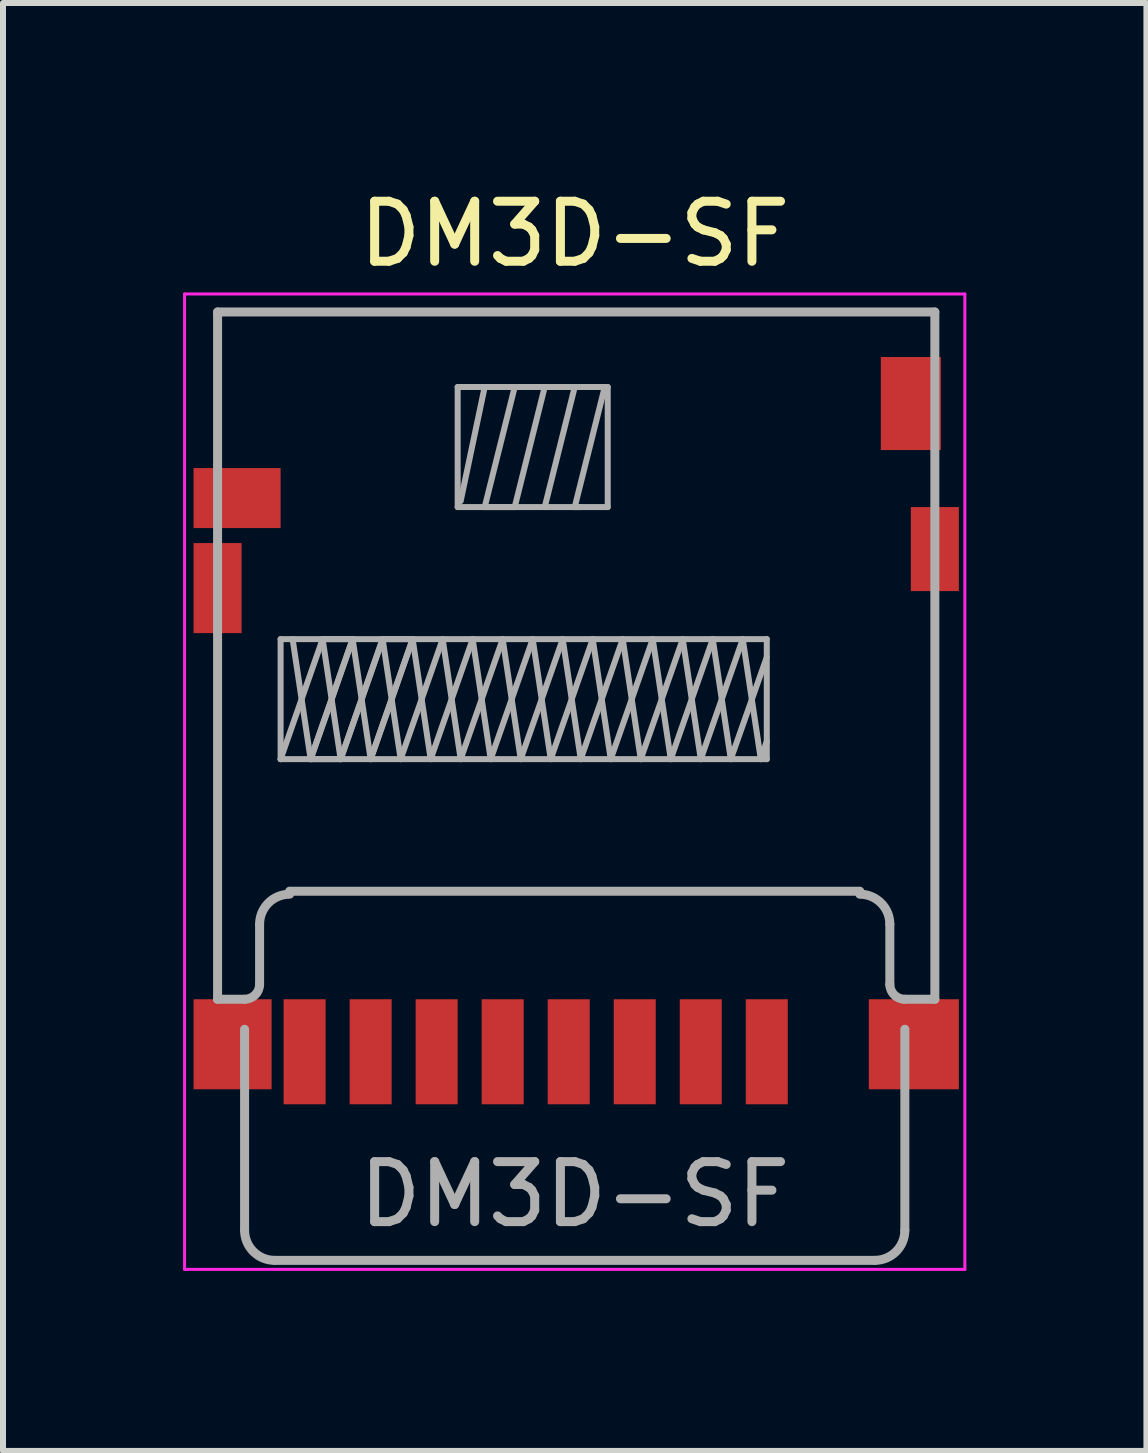
<source format=kicad_pcb>
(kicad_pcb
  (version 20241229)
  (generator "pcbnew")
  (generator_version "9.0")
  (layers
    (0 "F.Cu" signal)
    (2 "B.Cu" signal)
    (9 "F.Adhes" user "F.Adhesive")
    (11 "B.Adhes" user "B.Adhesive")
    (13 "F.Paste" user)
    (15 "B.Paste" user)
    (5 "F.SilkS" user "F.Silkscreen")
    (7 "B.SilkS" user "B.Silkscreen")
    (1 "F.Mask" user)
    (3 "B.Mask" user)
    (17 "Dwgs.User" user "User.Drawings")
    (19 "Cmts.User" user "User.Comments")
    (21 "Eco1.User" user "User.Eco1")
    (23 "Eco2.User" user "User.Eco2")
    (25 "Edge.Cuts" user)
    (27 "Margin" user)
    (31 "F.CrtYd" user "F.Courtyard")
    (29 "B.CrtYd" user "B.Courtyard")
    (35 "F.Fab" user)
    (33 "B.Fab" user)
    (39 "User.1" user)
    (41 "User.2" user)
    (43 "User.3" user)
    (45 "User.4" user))
  (footprint "DM3D-SF"
    (layer "F.Cu")
    (at 6.525 13.598)
    (property "Reference" "DM3D-SF" (at 0 -12.75 0) (layer "F.SilkS") (effects (font (size 1 1) (thickness 0.15))))
    (attr smd)
    (fp_line (start -6.5 -11.75) (end 6.5 -11.75) (stroke (width 0.05) (type solid)) (layer "F.CrtYd"))
    (fp_line (start -6.5 4.5) (end -6.5 -11.75) (stroke (width 0.05) (type solid)) (layer "F.CrtYd"))
    (fp_line (start 6.5 -11.75) (end 6.5 4.5) (stroke (width 0.05) (type solid)) (layer "F.CrtYd"))
    (fp_line (start 6.5 4.5) (end -6.5 4.5) (stroke (width 0.05) (type solid)) (layer "F.CrtYd"))
    (fp_line (start -5.95 -11.45) (end 6 -11.45) (stroke (width 0.15) (type solid)) (layer "F.Fab"))
    (fp_line (start -5.95 0) (end -5.95 -11.45) (stroke (width 0.15) (type solid)) (layer "F.Fab"))
    (fp_line (start -5.95 0) (end -5.5 0) (stroke (width 0.15) (type solid)) (layer "F.Fab"))
    (fp_line (start -5.5 0.5) (end -5.5 3.85) (stroke (width 0.15) (type solid)) (layer "F.Fab"))
    (fp_line (start -5.25 -0.25) (end -5.25 -1.25) (stroke (width 0.15) (type solid)) (layer "F.Fab"))
    (fp_line (start -5 4.35) (end 5 4.35) (stroke (width 0.15) (type solid)) (layer "F.Fab"))
    (fp_line (start -4.9 -6) (end -4.9 -4) (stroke (width 0.1) (type solid)) (layer "F.Fab"))
    (fp_line (start -4.9 -6) (end 3.2 -6) (stroke (width 0.1) (type solid)) (layer "F.Fab"))
    (fp_line (start -4.9 -4) (end -4.2 -6) (stroke (width 0.1) (type solid)) (layer "F.Fab"))
    (fp_line (start -4.9 -4) (end 3.2 -4) (stroke (width 0.1) (type solid)) (layer "F.Fab"))
    (fp_line (start -4.75 -1.8) (end 4.75 -1.8) (stroke (width 0.15) (type solid)) (layer "F.Fab"))
    (fp_line (start -4.7 -6) (end -4.4 -4) (stroke (width 0.1) (type solid)) (layer "F.Fab"))
    (fp_line (start -4.4 -4) (end -3.9 -4) (stroke (width 0.1) (type solid)) (layer "F.Fab"))
    (fp_line (start -4.4 -4) (end -3.7 -6) (stroke (width 0.1) (type solid)) (layer "F.Fab"))
    (fp_line (start -4.2 -6) (end -3.9 -4) (stroke (width 0.1) (type solid)) (layer "F.Fab"))
    (fp_line (start -4.2 -6) (end -3.7 -6) (stroke (width 0.1) (type solid)) (layer "F.Fab"))
    (fp_line (start -3.9 -4) (end -3.2 -6) (stroke (width 0.1) (type solid)) (layer "F.Fab"))
    (fp_line (start -3.9 -4) (end -3.2 -6) (stroke (width 0.1) (type solid)) (layer "F.Fab"))
    (fp_line (start -3.7 -6) (end -4.4 -4) (stroke (width 0.1) (type solid)) (layer "F.Fab"))
    (fp_line (start -3.7 -6) (end -3.4 -4) (stroke (width 0.1) (type solid)) (layer "F.Fab"))
    (fp_line (start -3.4 -4) (end -2.7 -6) (stroke (width 0.1) (type solid)) (layer "F.Fab"))
    (fp_line (start -3.2 -6) (end -2.9 -4) (stroke (width 0.1) (type solid)) (layer "F.Fab"))
    (fp_line (start -3.2 -6) (end -2.7 -6) (stroke (width 0.1) (type solid)) (layer "F.Fab"))
    (fp_line (start -2.9 -4) (end -2.2 -6) (stroke (width 0.1) (type solid)) (layer "F.Fab"))
    (fp_line (start -2.7 -6) (end -3.4 -4) (stroke (width 0.1) (type solid)) (layer "F.Fab"))
    (fp_line (start -2.7 -6) (end -2.4 -4) (stroke (width 0.1) (type solid)) (layer "F.Fab"))
    (fp_line (start -2.4 -4) (end -1.7 -6) (stroke (width 0.1) (type solid)) (layer "F.Fab"))
    (fp_line (start -2.2 -6) (end -1.9 -4) (stroke (width 0.1) (type solid)) (layer "F.Fab"))
    (fp_line (start -1.95 -10.2) (end -1.95 -8.2) (stroke (width 0.1) (type solid)) (layer "F.Fab"))
    (fp_line (start -1.9 -8.3) (end -1.5 -10.2) (stroke (width 0.1) (type solid)) (layer "F.Fab"))
    (fp_line (start -1.9 -4) (end -1.2 -6) (stroke (width 0.1) (type solid)) (layer "F.Fab"))
    (fp_line (start -1.7 -6) (end -1.4 -4) (stroke (width 0.1) (type solid)) (layer "F.Fab"))
    (fp_line (start -1.5 -10.2) (end -1 -10.2) (stroke (width 0.1) (type solid)) (layer "F.Fab"))
    (fp_line (start -1.5 -8.2) (end -1 -8.2) (stroke (width 0.1) (type solid)) (layer "F.Fab"))
    (fp_line (start -1.4 -4) (end -0.7 -6) (stroke (width 0.1) (type solid)) (layer "F.Fab"))
    (fp_line (start -1.2 -6) (end -0.9 -4) (stroke (width 0.1) (type solid)) (layer "F.Fab"))
    (fp_line (start -1 -10.2) (end -1.5 -8.2) (stroke (width 0.1) (type solid)) (layer "F.Fab"))
    (fp_line (start -1 -8.2) (end -0.5 -10.2) (stroke (width 0.1) (type solid)) (layer "F.Fab"))
    (fp_line (start -0.9 -4) (end -0.2 -6) (stroke (width 0.1) (type solid)) (layer "F.Fab"))
    (fp_line (start -0.7 -6) (end -0.4 -4) (stroke (width 0.1) (type solid)) (layer "F.Fab"))
    (fp_line (start -0.5 -10.2) (end 0 -10.2) (stroke (width 0.1) (type solid)) (layer "F.Fab"))
    (fp_line (start -0.4 -4) (end 0.3 -6) (stroke (width 0.1) (type solid)) (layer "F.Fab"))
    (fp_line (start -0.2 -6) (end 0.1 -4) (stroke (width 0.1) (type solid)) (layer "F.Fab"))
    (fp_line (start 0 -10.2) (end -0.5 -8.2) (stroke (width 0.1) (type solid)) (layer "F.Fab"))
    (fp_line (start 0 -8.2) (end 0.5 -10.2) (stroke (width 0.1) (type solid)) (layer "F.Fab"))
    (fp_line (start 0.1 -8.2) (end 0 -8.2) (stroke (width 0.1) (type solid)) (layer "F.Fab"))
    (fp_line (start 0.1 -4) (end 0.8 -6) (stroke (width 0.1) (type solid)) (layer "F.Fab"))
    (fp_line (start 0.3 -6) (end 0.6 -4) (stroke (width 0.1) (type solid)) (layer "F.Fab"))
    (fp_line (start 0.55 -10.2) (end -1.95 -10.2) (stroke (width 0.1) (type solid)) (layer "F.Fab"))
    (fp_line (start 0.55 -8.2) (end -1.95 -8.2) (stroke (width 0.1) (type solid)) (layer "F.Fab"))
    (fp_line (start 0.55 -8.2) (end 0.55 -10.2) (stroke (width 0.1) (type solid)) (layer "F.Fab"))
    (fp_line (start 0.6 -4) (end 1.3 -6) (stroke (width 0.1) (type solid)) (layer "F.Fab"))
    (fp_line (start 0.8 -6) (end 1.1 -4) (stroke (width 0.1) (type solid)) (layer "F.Fab"))
    (fp_line (start 1.1 -4) (end 1.8 -6) (stroke (width 0.1) (type solid)) (layer "F.Fab"))
    (fp_line (start 1.3 -6) (end 1.6 -4) (stroke (width 0.1) (type solid)) (layer "F.Fab"))
    (fp_line (start 1.6 -4) (end 2.3 -6) (stroke (width 0.1) (type solid)) (layer "F.Fab"))
    (fp_line (start 1.8 -6) (end 2.1 -4) (stroke (width 0.1) (type solid)) (layer "F.Fab"))
    (fp_line (start 2.1 -4) (end 2.8 -6) (stroke (width 0.1) (type solid)) (layer "F.Fab"))
    (fp_line (start 2.3 -6) (end 2.6 -4) (stroke (width 0.1) (type solid)) (layer "F.Fab"))
    (fp_line (start 2.6 -4) (end 3.2 -5.7) (stroke (width 0.1) (type solid)) (layer "F.Fab"))
    (fp_line (start 2.8 -6) (end 3.1 -4) (stroke (width 0.1) (type solid)) (layer "F.Fab"))
    (fp_line (start 3.1 -4) (end 3.2 -4.3) (stroke (width 0.1) (type solid)) (layer "F.Fab"))
    (fp_line (start 3.2 -4) (end 3.2 -6) (stroke (width 0.1) (type solid)) (layer "F.Fab"))
    (fp_line (start 5.25 -0.25) (end 5.25 -1.25) (stroke (width 0.15) (type solid)) (layer "F.Fab"))
    (fp_line (start 5.5 0) (end 6 0) (stroke (width 0.15) (type solid)) (layer "F.Fab"))
    (fp_line (start 5.5 3.85) (end 5.5 0.5) (stroke (width 0.15) (type solid)) (layer "F.Fab"))
    (fp_line (start 6 0) (end 6 -11.45) (stroke (width 0.15) (type solid)) (layer "F.Fab"))
    (fp_arc (start -5.25 -1.25) (mid -5.103553 -1.603553) (end -4.75 -1.75) (stroke (width 0.15) (type solid)) (layer "F.Fab"))
    (fp_arc (start -5.25 -0.25) (mid -5.323223 -0.073223) (end -5.5 0) (stroke (width 0.15) (type solid)) (layer "F.Fab"))
    (fp_arc (start -5 4.35) (mid -5.353553 4.203553) (end -5.5 3.85) (stroke (width 0.15) (type solid)) (layer "F.Fab"))
    (fp_arc (start 4.75 -1.75) (mid 5.103553 -1.603553) (end 5.25 -1.25) (stroke (width 0.15) (type solid)) (layer "F.Fab"))
    (fp_arc (start 5.5 0) (mid 5.323223 -0.073223) (end 5.25 -0.25) (stroke (width 0.15) (type solid)) (layer "F.Fab"))
    (fp_arc (start 5.5 3.85) (mid 5.353553 4.203553) (end 5 4.35) (stroke (width 0.15) (type solid)) (layer "F.Fab"))
    (fp_text user "${REFERENCE}" (at 0 3.25 0) (layer "F.Fab") (effects (font (size 1 1) (thickness 0.15))))
    (pad "1" smd rect (at 3.2 0.875) (size 0.7 1.75) (layers "F.Cu" "F.Mask" "F.Paste"))
    (pad "2" smd rect (at 2.1 0.875) (size 0.7 1.75) (layers "F.Cu" "F.Mask" "F.Paste"))
    (pad "3" smd rect (at 1 0.875) (size 0.7 1.75) (layers "F.Cu" "F.Mask" "F.Paste"))
    (pad "4" smd rect (at -0.1 0.875) (size 0.7 1.75) (layers "F.Cu" "F.Mask" "F.Paste"))
    (pad "5" smd rect (at -1.2 0.875) (size 0.7 1.75) (layers "F.Cu" "F.Mask" "F.Paste"))
    (pad "6" smd rect (at -2.3 0.875) (size 0.7 1.75) (layers "F.Cu" "F.Mask" "F.Paste"))
    (pad "7" smd rect (at -3.4 0.875) (size 0.7 1.75) (layers "F.Cu" "F.Mask" "F.Paste"))
    (pad "8" smd rect (at -4.5 0.875) (size 0.7 1.75) (layers "F.Cu" "F.Mask" "F.Paste"))
    (pad "9" smd rect (at -5.7 0.75) (size 1.3 1.5) (layers "F.Cu" "F.Mask" "F.Paste"))
    (pad "10" smd rect (at -5.95 -6.85) (size 0.8 1.5) (layers "F.Cu" "F.Mask" "F.Paste"))
    (pad "11" smd rect (at 6 -7.5) (size 0.8 1.4) (layers "F.Cu" "F.Mask" "F.Paste"))
    (pad "12" smd rect (at 5.65 0.75) (size 1.5 1.5) (layers "F.Cu" "F.Mask" "F.Paste"))
    (pad "A" smd rect (at 5.6 -9.925) (size 1 1.55) (layers "F.Cu" "F.Mask" "F.Paste"))
    (pad "B" smd rect (at -5.625 -8.35) (size 1.45 1) (layers "F.Cu" "F.Mask" "F.Paste")))
  (gr_rect
    (start -3 -3)
    (end 16.05 21.123)
    (stroke (width 0.1) (type default))
    (fill no)
    (layer "Edge.Cuts")))
</source>
